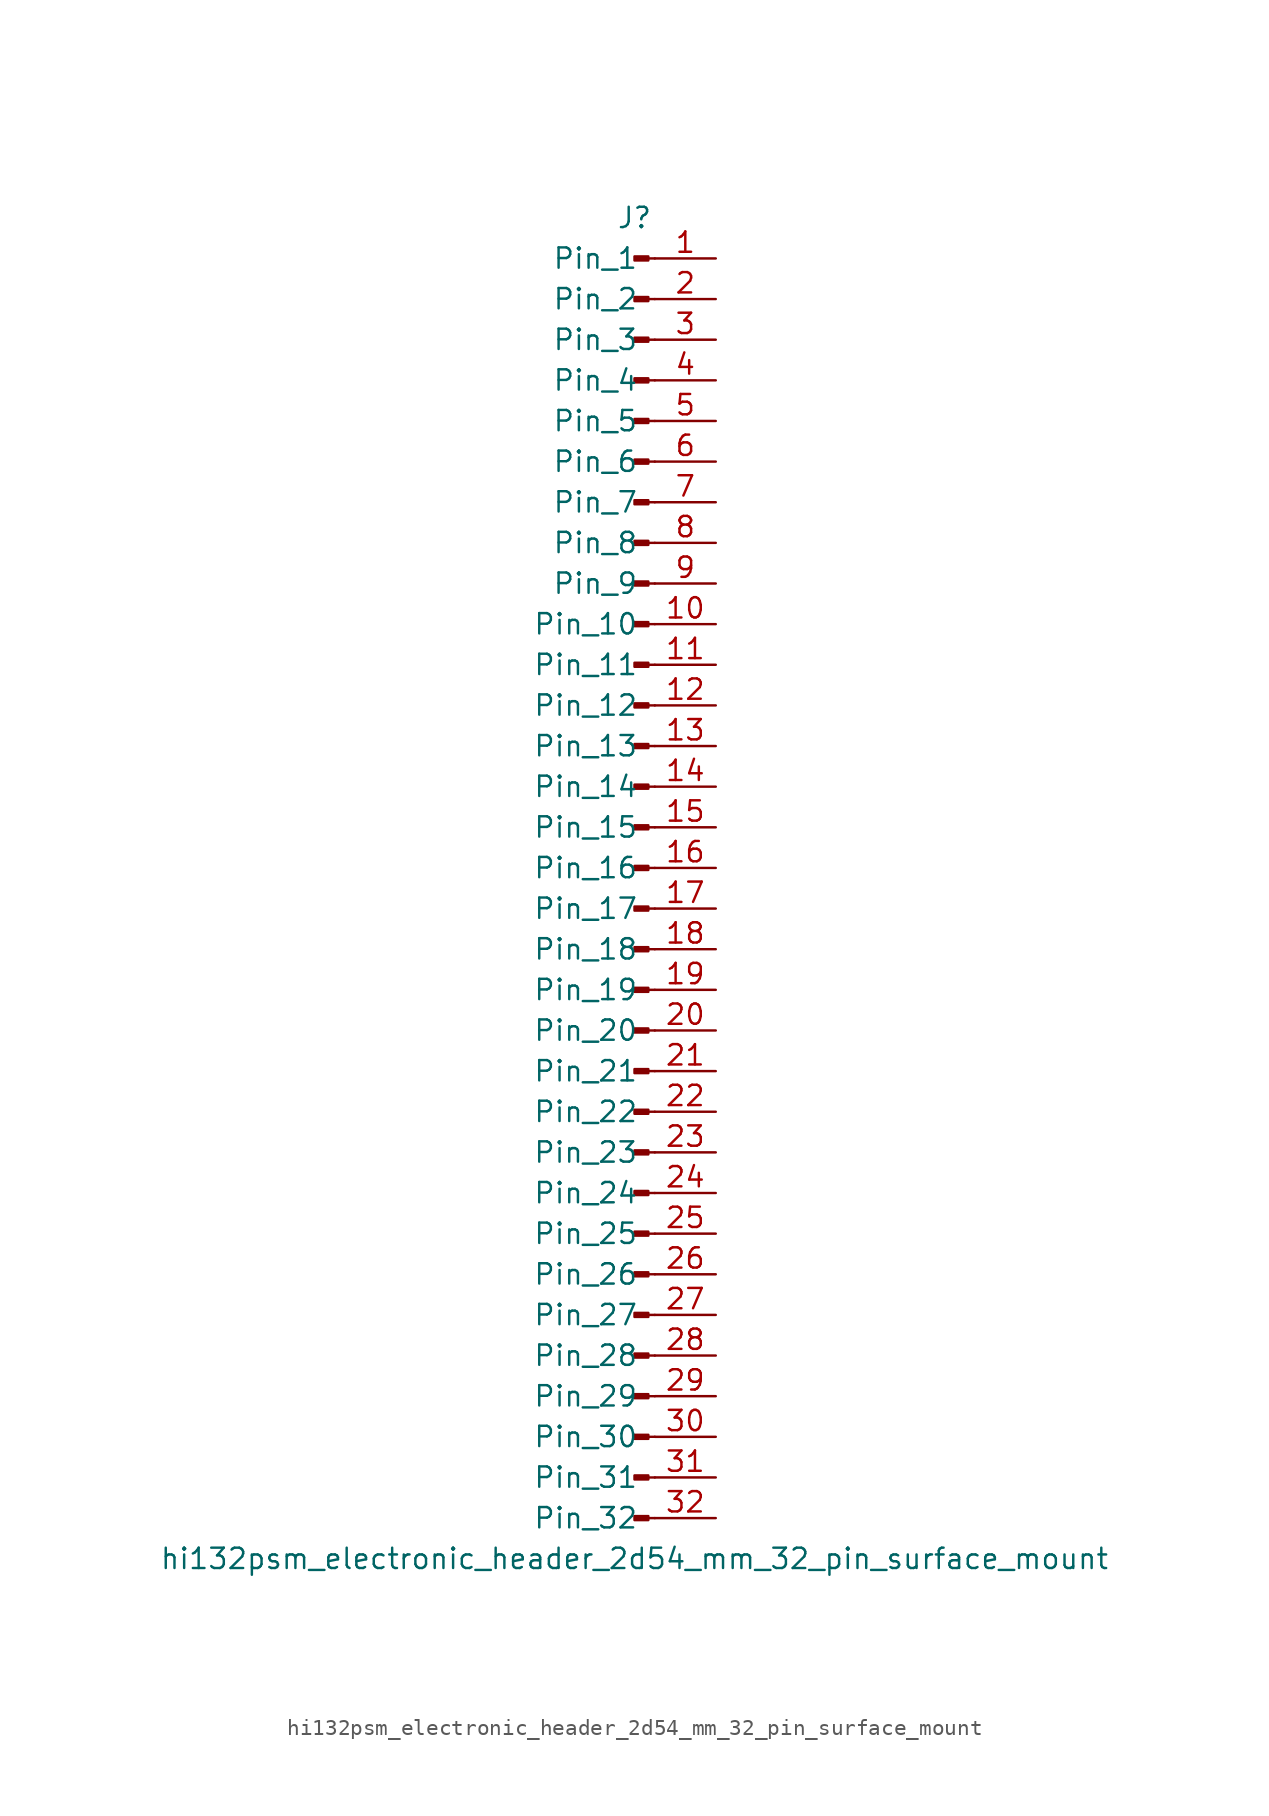
<source format=kicad_sym>
(kicad_symbol_lib
  (version 20220914)
  (generator kicad_symbol_editor)
  (symbol "hi132psm_electronic_header_2d54_mm_32_pin_surface_mount"
    (pin_names
      (offset 1.016))
    (property "Reference" "J"
      (at 0 40.64 0)
      (effects (font (size 1.27 1.27))))
    (property "Value" "hi132psm_electronic_header_2d54_mm_32_pin_surface_mount"
      (at 0 -43.18 0)
      (effects (font (size 1.27 1.27))))
    (property "ki_locked" ""
      (at 0 0 0)
      (effects (font (size 1.27 1.27))))
    (symbol "hi132psm_electronic_header_2d54_mm_32_pin_surface_mount_1_1"
      (polyline (pts (xy 1.27 -40.64) (xy 0.864 -40.64)) (stroke (width 0.152) (type default)) (fill (type none)))
      (polyline (pts (xy 1.27 -38.1) (xy 0.864 -38.1)) (stroke (width 0.152) (type default)) (fill (type none)))
      (polyline (pts (xy 1.27 -35.56) (xy 0.864 -35.56)) (stroke (width 0.152) (type default)) (fill (type none)))
      (polyline (pts (xy 1.27 -33.02) (xy 0.864 -33.02)) (stroke (width 0.152) (type default)) (fill (type none)))
      (polyline (pts (xy 1.27 -30.48) (xy 0.864 -30.48)) (stroke (width 0.152) (type default)) (fill (type none)))
      (polyline (pts (xy 1.27 -27.94) (xy 0.864 -27.94)) (stroke (width 0.152) (type default)) (fill (type none)))
      (polyline (pts (xy 1.27 -25.4) (xy 0.864 -25.4)) (stroke (width 0.152) (type default)) (fill (type none)))
      (polyline (pts (xy 1.27 -22.86) (xy 0.864 -22.86)) (stroke (width 0.152) (type default)) (fill (type none)))
      (polyline (pts (xy 1.27 -20.32) (xy 0.864 -20.32)) (stroke (width 0.152) (type default)) (fill (type none)))
      (polyline (pts (xy 1.27 -17.78) (xy 0.864 -17.78)) (stroke (width 0.152) (type default)) (fill (type none)))
      (polyline (pts (xy 1.27 -15.24) (xy 0.864 -15.24)) (stroke (width 0.152) (type default)) (fill (type none)))
      (polyline (pts (xy 1.27 -12.7) (xy 0.864 -12.7)) (stroke (width 0.152) (type default)) (fill (type none)))
      (polyline (pts (xy 1.27 -10.16) (xy 0.864 -10.16)) (stroke (width 0.152) (type default)) (fill (type none)))
      (polyline (pts (xy 1.27 -7.62) (xy 0.864 -7.62)) (stroke (width 0.152) (type default)) (fill (type none)))
      (polyline (pts (xy 1.27 -5.08) (xy 0.864 -5.08)) (stroke (width 0.152) (type default)) (fill (type none)))
      (polyline (pts (xy 1.27 -2.54) (xy 0.864 -2.54)) (stroke (width 0.152) (type default)) (fill (type none)))
      (polyline (pts (xy 1.27 0) (xy 0.864 0)) (stroke (width 0.152) (type default)) (fill (type none)))
      (polyline (pts (xy 1.27 2.54) (xy 0.864 2.54)) (stroke (width 0.152) (type default)) (fill (type none)))
      (polyline (pts (xy 1.27 5.08) (xy 0.864 5.08)) (stroke (width 0.152) (type default)) (fill (type none)))
      (polyline (pts (xy 1.27 7.62) (xy 0.864 7.62)) (stroke (width 0.152) (type default)) (fill (type none)))
      (polyline (pts (xy 1.27 10.16) (xy 0.864 10.16)) (stroke (width 0.152) (type default)) (fill (type none)))
      (polyline (pts (xy 1.27 12.7) (xy 0.864 12.7)) (stroke (width 0.152) (type default)) (fill (type none)))
      (polyline (pts (xy 1.27 15.24) (xy 0.864 15.24)) (stroke (width 0.152) (type default)) (fill (type none)))
      (polyline (pts (xy 1.27 17.78) (xy 0.864 17.78)) (stroke (width 0.152) (type default)) (fill (type none)))
      (polyline (pts (xy 1.27 20.32) (xy 0.864 20.32)) (stroke (width 0.152) (type default)) (fill (type none)))
      (polyline (pts (xy 1.27 22.86) (xy 0.864 22.86)) (stroke (width 0.152) (type default)) (fill (type none)))
      (polyline (pts (xy 1.27 25.4) (xy 0.864 25.4)) (stroke (width 0.152) (type default)) (fill (type none)))
      (polyline (pts (xy 1.27 27.94) (xy 0.864 27.94)) (stroke (width 0.152) (type default)) (fill (type none)))
      (polyline (pts (xy 1.27 30.48) (xy 0.864 30.48)) (stroke (width 0.152) (type default)) (fill (type none)))
      (polyline (pts (xy 1.27 33.02) (xy 0.864 33.02)) (stroke (width 0.152) (type default)) (fill (type none)))
      (polyline (pts (xy 1.27 35.56) (xy 0.864 35.56)) (stroke (width 0.152) (type default)) (fill (type none)))
      (polyline (pts (xy 1.27 38.1) (xy 0.864 38.1)) (stroke (width 0.152) (type default)) (fill (type none)))
      (rectangle (start 0.864 -40.513) (end 0 -40.767) (stroke (width 0.152) (type default)) (fill (type outline)))
      (rectangle (start 0.864 -37.973) (end 0 -38.227) (stroke (width 0.152) (type default)) (fill (type outline)))
      (rectangle (start 0.864 -35.433) (end 0 -35.687) (stroke (width 0.152) (type default)) (fill (type outline)))
      (rectangle (start 0.864 -32.893) (end 0 -33.147) (stroke (width 0.152) (type default)) (fill (type outline)))
      (rectangle (start 0.864 -30.353) (end 0 -30.607) (stroke (width 0.152) (type default)) (fill (type outline)))
      (rectangle (start 0.864 -27.813) (end 0 -28.067) (stroke (width 0.152) (type default)) (fill (type outline)))
      (rectangle (start 0.864 -25.273) (end 0 -25.527) (stroke (width 0.152) (type default)) (fill (type outline)))
      (rectangle (start 0.864 -22.733) (end 0 -22.987) (stroke (width 0.152) (type default)) (fill (type outline)))
      (rectangle (start 0.864 -20.193) (end 0 -20.447) (stroke (width 0.152) (type default)) (fill (type outline)))
      (rectangle (start 0.864 -17.653) (end 0 -17.907) (stroke (width 0.152) (type default)) (fill (type outline)))
      (rectangle (start 0.864 -15.113) (end 0 -15.367) (stroke (width 0.152) (type default)) (fill (type outline)))
      (rectangle (start 0.864 -12.573) (end 0 -12.827) (stroke (width 0.152) (type default)) (fill (type outline)))
      (rectangle (start 0.864 -10.033) (end 0 -10.287) (stroke (width 0.152) (type default)) (fill (type outline)))
      (rectangle (start 0.864 -7.493) (end 0 -7.747) (stroke (width 0.152) (type default)) (fill (type outline)))
      (rectangle (start 0.864 -4.953) (end 0 -5.207) (stroke (width 0.152) (type default)) (fill (type outline)))
      (rectangle (start 0.864 -2.413) (end 0 -2.667) (stroke (width 0.152) (type default)) (fill (type outline)))
      (rectangle (start 0.864 0.127) (end 0 -0.127) (stroke (width 0.152) (type default)) (fill (type outline)))
      (rectangle (start 0.864 2.667) (end 0 2.413) (stroke (width 0.152) (type default)) (fill (type outline)))
      (rectangle (start 0.864 5.207) (end 0 4.953) (stroke (width 0.152) (type default)) (fill (type outline)))
      (rectangle (start 0.864 7.747) (end 0 7.493) (stroke (width 0.152) (type default)) (fill (type outline)))
      (rectangle (start 0.864 10.287) (end 0 10.033) (stroke (width 0.152) (type default)) (fill (type outline)))
      (rectangle (start 0.864 12.827) (end 0 12.573) (stroke (width 0.152) (type default)) (fill (type outline)))
      (rectangle (start 0.864 15.367) (end 0 15.113) (stroke (width 0.152) (type default)) (fill (type outline)))
      (rectangle (start 0.864 17.907) (end 0 17.653) (stroke (width 0.152) (type default)) (fill (type outline)))
      (rectangle (start 0.864 20.447) (end 0 20.193) (stroke (width 0.152) (type default)) (fill (type outline)))
      (rectangle (start 0.864 22.987) (end 0 22.733) (stroke (width 0.152) (type default)) (fill (type outline)))
      (rectangle (start 0.864 25.527) (end 0 25.273) (stroke (width 0.152) (type default)) (fill (type outline)))
      (rectangle (start 0.864 28.067) (end 0 27.813) (stroke (width 0.152) (type default)) (fill (type outline)))
      (rectangle (start 0.864 30.607) (end 0 30.353) (stroke (width 0.152) (type default)) (fill (type outline)))
      (rectangle (start 0.864 33.147) (end 0 32.893) (stroke (width 0.152) (type default)) (fill (type outline)))
      (rectangle (start 0.864 35.687) (end 0 35.433) (stroke (width 0.152) (type default)) (fill (type outline)))
      (rectangle (start 0.864 38.227) (end 0 37.973) (stroke (width 0.152) (type default)) (fill (type outline)))
      (pin passive line (at 5.08 38.1 180) (length 3.81) (name "Pin_1" (effects (font (size 1.27 1.27)))) (number "1" (effects (font (size 1.27 1.27)))))
      (pin passive line (at 5.08 15.24 180) (length 3.81) (name "Pin_10" (effects (font (size 1.27 1.27)))) (number "10" (effects (font (size 1.27 1.27)))))
      (pin passive line (at 5.08 12.7 180) (length 3.81) (name "Pin_11" (effects (font (size 1.27 1.27)))) (number "11" (effects (font (size 1.27 1.27)))))
      (pin passive line (at 5.08 10.16 180) (length 3.81) (name "Pin_12" (effects (font (size 1.27 1.27)))) (number "12" (effects (font (size 1.27 1.27)))))
      (pin passive line (at 5.08 7.62 180) (length 3.81) (name "Pin_13" (effects (font (size 1.27 1.27)))) (number "13" (effects (font (size 1.27 1.27)))))
      (pin passive line (at 5.08 5.08 180) (length 3.81) (name "Pin_14" (effects (font (size 1.27 1.27)))) (number "14" (effects (font (size 1.27 1.27)))))
      (pin passive line (at 5.08 2.54 180) (length 3.81) (name "Pin_15" (effects (font (size 1.27 1.27)))) (number "15" (effects (font (size 1.27 1.27)))))
      (pin passive line (at 5.08 0 180) (length 3.81) (name "Pin_16" (effects (font (size 1.27 1.27)))) (number "16" (effects (font (size 1.27 1.27)))))
      (pin passive line (at 5.08 -2.54 180) (length 3.81) (name "Pin_17" (effects (font (size 1.27 1.27)))) (number "17" (effects (font (size 1.27 1.27)))))
      (pin passive line (at 5.08 -5.08 180) (length 3.81) (name "Pin_18" (effects (font (size 1.27 1.27)))) (number "18" (effects (font (size 1.27 1.27)))))
      (pin passive line (at 5.08 -7.62 180) (length 3.81) (name "Pin_19" (effects (font (size 1.27 1.27)))) (number "19" (effects (font (size 1.27 1.27)))))
      (pin passive line (at 5.08 35.56 180) (length 3.81) (name "Pin_2" (effects (font (size 1.27 1.27)))) (number "2" (effects (font (size 1.27 1.27)))))
      (pin passive line (at 5.08 -10.16 180) (length 3.81) (name "Pin_20" (effects (font (size 1.27 1.27)))) (number "20" (effects (font (size 1.27 1.27)))))
      (pin passive line (at 5.08 -12.7 180) (length 3.81) (name "Pin_21" (effects (font (size 1.27 1.27)))) (number "21" (effects (font (size 1.27 1.27)))))
      (pin passive line (at 5.08 -15.24 180) (length 3.81) (name "Pin_22" (effects (font (size 1.27 1.27)))) (number "22" (effects (font (size 1.27 1.27)))))
      (pin passive line (at 5.08 -17.78 180) (length 3.81) (name "Pin_23" (effects (font (size 1.27 1.27)))) (number "23" (effects (font (size 1.27 1.27)))))
      (pin passive line (at 5.08 -20.32 180) (length 3.81) (name "Pin_24" (effects (font (size 1.27 1.27)))) (number "24" (effects (font (size 1.27 1.27)))))
      (pin passive line (at 5.08 -22.86 180) (length 3.81) (name "Pin_25" (effects (font (size 1.27 1.27)))) (number "25" (effects (font (size 1.27 1.27)))))
      (pin passive line (at 5.08 -25.4 180) (length 3.81) (name "Pin_26" (effects (font (size 1.27 1.27)))) (number "26" (effects (font (size 1.27 1.27)))))
      (pin passive line (at 5.08 -27.94 180) (length 3.81) (name "Pin_27" (effects (font (size 1.27 1.27)))) (number "27" (effects (font (size 1.27 1.27)))))
      (pin passive line (at 5.08 -30.48 180) (length 3.81) (name "Pin_28" (effects (font (size 1.27 1.27)))) (number "28" (effects (font (size 1.27 1.27)))))
      (pin passive line (at 5.08 -33.02 180) (length 3.81) (name "Pin_29" (effects (font (size 1.27 1.27)))) (number "29" (effects (font (size 1.27 1.27)))))
      (pin passive line (at 5.08 33.02 180) (length 3.81) (name "Pin_3" (effects (font (size 1.27 1.27)))) (number "3" (effects (font (size 1.27 1.27)))))
      (pin passive line (at 5.08 -35.56 180) (length 3.81) (name "Pin_30" (effects (font (size 1.27 1.27)))) (number "30" (effects (font (size 1.27 1.27)))))
      (pin passive line (at 5.08 -38.1 180) (length 3.81) (name "Pin_31" (effects (font (size 1.27 1.27)))) (number "31" (effects (font (size 1.27 1.27)))))
      (pin passive line (at 5.08 -40.64 180) (length 3.81) (name "Pin_32" (effects (font (size 1.27 1.27)))) (number "32" (effects (font (size 1.27 1.27)))))
      (pin passive line (at 5.08 30.48 180) (length 3.81) (name "Pin_4" (effects (font (size 1.27 1.27)))) (number "4" (effects (font (size 1.27 1.27)))))
      (pin passive line (at 5.08 27.94 180) (length 3.81) (name "Pin_5" (effects (font (size 1.27 1.27)))) (number "5" (effects (font (size 1.27 1.27)))))
      (pin passive line (at 5.08 25.4 180) (length 3.81) (name "Pin_6" (effects (font (size 1.27 1.27)))) (number "6" (effects (font (size 1.27 1.27)))))
      (pin passive line (at 5.08 22.86 180) (length 3.81) (name "Pin_7" (effects (font (size 1.27 1.27)))) (number "7" (effects (font (size 1.27 1.27)))))
      (pin passive line (at 5.08 20.32 180) (length 3.81) (name "Pin_8" (effects (font (size 1.27 1.27)))) (number "8" (effects (font (size 1.27 1.27)))))
      (pin passive line (at 5.08 17.78 180) (length 3.81) (name "Pin_9" (effects (font (size 1.27 1.27)))) (number "9" (effects (font (size 1.27 1.27))))))))
</source>
